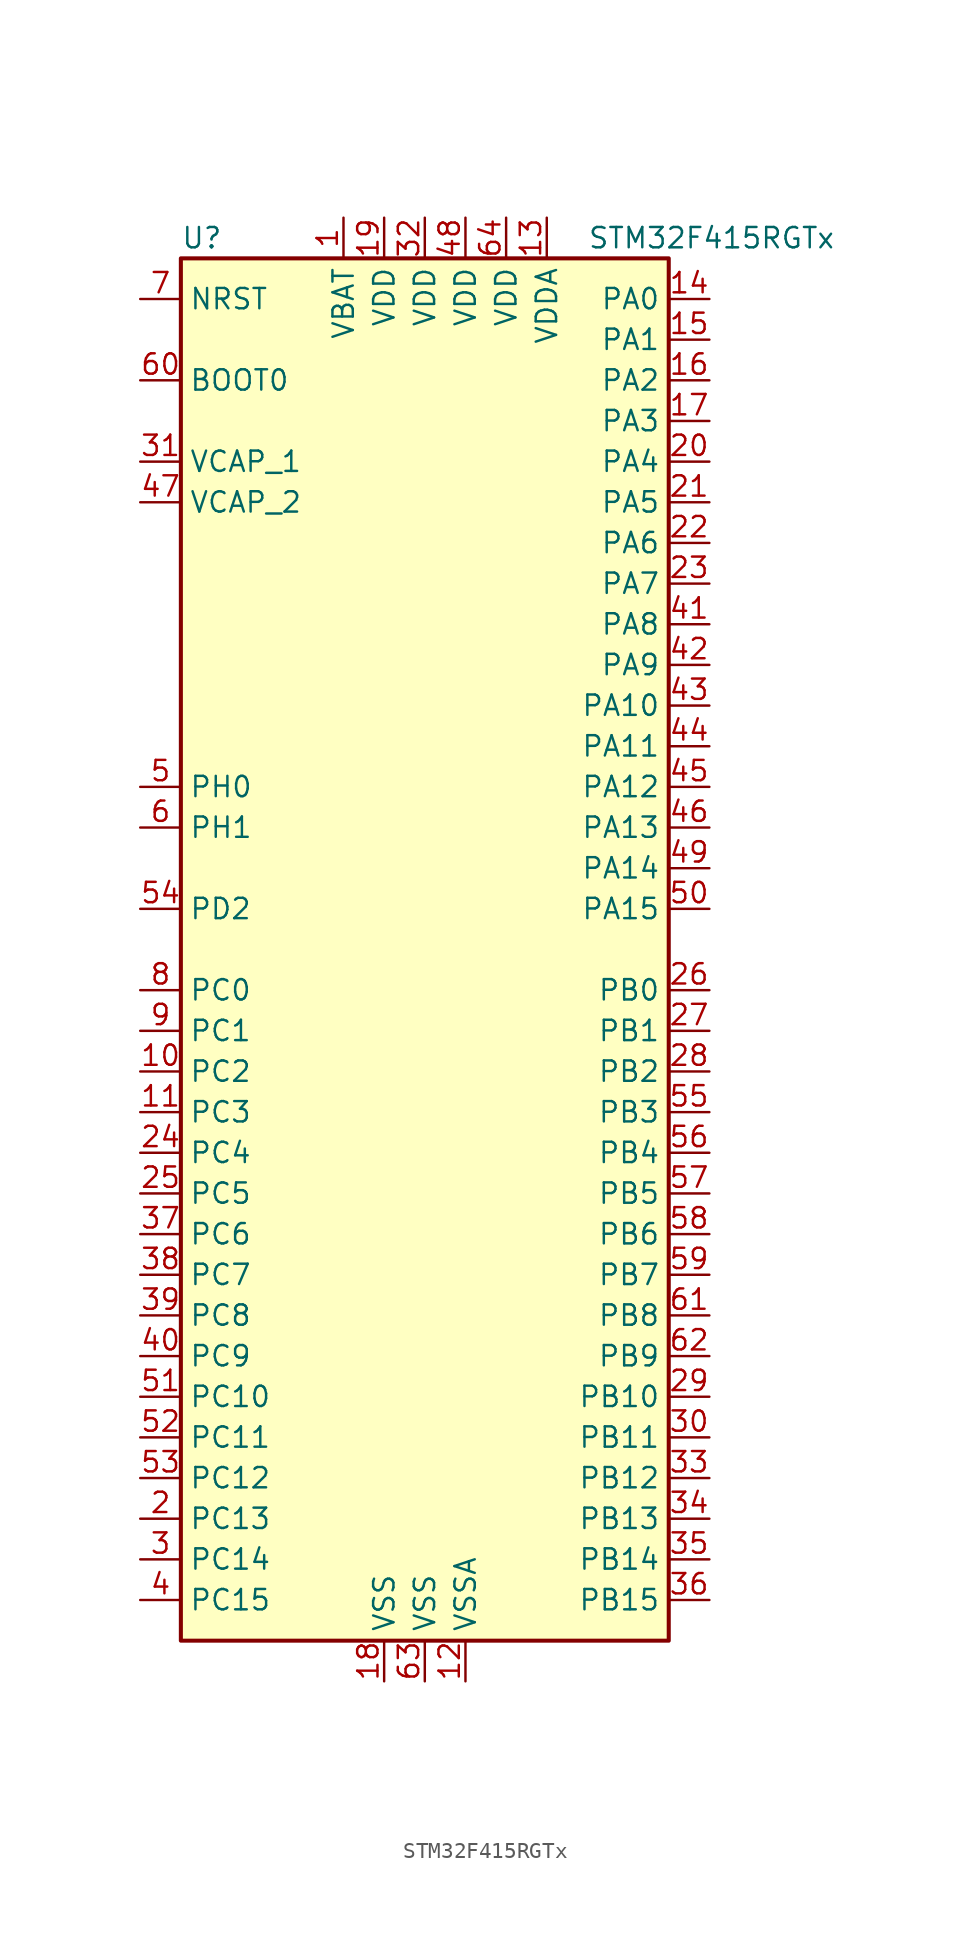
<source format=kicad_sym>
(kicad_symbol_lib
  (version 20201005)
  (generator kicad_symbol_editor)
  (symbol "STM32F415RGTx"
    (property "Reference" "U"
      (at -15.24 44.45 0)
      (effects (font (size 1.27 1.27)) (justify left)))
    (property "Value" "STM32F415RGTx"
      (at 10.16 44.45 0)
      (effects (font (size 1.27 1.27)) (justify left)))
    (symbol "STM32F415RGTx_0_1"
      (rectangle (start -15.24 -43.18) (end 15.24 43.18) (stroke (width 0.254)) (fill (type background))))
    (symbol "STM32F415RGTx_1_1"
      (pin input line (at -17.78 35.56 0) (length 2.54) (name "BOOT0" (effects (font (size 1.27 1.27)))) (number "60" (effects (font (size 1.27 1.27)))))
      (pin input line (at -17.78 40.64 0) (length 2.54) (name "NRST" (effects (font (size 1.27 1.27)))) (number "7" (effects (font (size 1.27 1.27)))))
      (pin bidirectional line (at 17.78 40.64 180) (length 2.54) (name "PA0" (effects (font (size 1.27 1.27)))) (number "14" (effects (font (size 1.27 1.27)))))
      (pin bidirectional line (at 17.78 38.1 180) (length 2.54) (name "PA1" (effects (font (size 1.27 1.27)))) (number "15" (effects (font (size 1.27 1.27)))))
      (pin bidirectional line (at 17.78 15.24 180) (length 2.54) (name "PA10" (effects (font (size 1.27 1.27)))) (number "43" (effects (font (size 1.27 1.27)))))
      (pin bidirectional line (at 17.78 12.7 180) (length 2.54) (name "PA11" (effects (font (size 1.27 1.27)))) (number "44" (effects (font (size 1.27 1.27)))))
      (pin bidirectional line (at 17.78 10.16 180) (length 2.54) (name "PA12" (effects (font (size 1.27 1.27)))) (number "45" (effects (font (size 1.27 1.27)))))
      (pin bidirectional line (at 17.78 7.62 180) (length 2.54) (name "PA13" (effects (font (size 1.27 1.27)))) (number "46" (effects (font (size 1.27 1.27)))))
      (pin bidirectional line (at 17.78 5.08 180) (length 2.54) (name "PA14" (effects (font (size 1.27 1.27)))) (number "49" (effects (font (size 1.27 1.27)))))
      (pin bidirectional line (at 17.78 2.54 180) (length 2.54) (name "PA15" (effects (font (size 1.27 1.27)))) (number "50" (effects (font (size 1.27 1.27)))))
      (pin bidirectional line (at 17.78 35.56 180) (length 2.54) (name "PA2" (effects (font (size 1.27 1.27)))) (number "16" (effects (font (size 1.27 1.27)))))
      (pin bidirectional line (at 17.78 33.02 180) (length 2.54) (name "PA3" (effects (font (size 1.27 1.27)))) (number "17" (effects (font (size 1.27 1.27)))))
      (pin bidirectional line (at 17.78 30.48 180) (length 2.54) (name "PA4" (effects (font (size 1.27 1.27)))) (number "20" (effects (font (size 1.27 1.27)))))
      (pin bidirectional line (at 17.78 27.94 180) (length 2.54) (name "PA5" (effects (font (size 1.27 1.27)))) (number "21" (effects (font (size 1.27 1.27)))))
      (pin bidirectional line (at 17.78 25.4 180) (length 2.54) (name "PA6" (effects (font (size 1.27 1.27)))) (number "22" (effects (font (size 1.27 1.27)))))
      (pin bidirectional line (at 17.78 22.86 180) (length 2.54) (name "PA7" (effects (font (size 1.27 1.27)))) (number "23" (effects (font (size 1.27 1.27)))))
      (pin bidirectional line (at 17.78 20.32 180) (length 2.54) (name "PA8" (effects (font (size 1.27 1.27)))) (number "41" (effects (font (size 1.27 1.27)))))
      (pin bidirectional line (at 17.78 17.78 180) (length 2.54) (name "PA9" (effects (font (size 1.27 1.27)))) (number "42" (effects (font (size 1.27 1.27)))))
      (pin bidirectional line (at 17.78 -2.54 180) (length 2.54) (name "PB0" (effects (font (size 1.27 1.27)))) (number "26" (effects (font (size 1.27 1.27)))))
      (pin bidirectional line (at 17.78 -5.08 180) (length 2.54) (name "PB1" (effects (font (size 1.27 1.27)))) (number "27" (effects (font (size 1.27 1.27)))))
      (pin bidirectional line (at 17.78 -27.94 180) (length 2.54) (name "PB10" (effects (font (size 1.27 1.27)))) (number "29" (effects (font (size 1.27 1.27)))))
      (pin bidirectional line (at 17.78 -30.48 180) (length 2.54) (name "PB11" (effects (font (size 1.27 1.27)))) (number "30" (effects (font (size 1.27 1.27)))))
      (pin bidirectional line (at 17.78 -33.02 180) (length 2.54) (name "PB12" (effects (font (size 1.27 1.27)))) (number "33" (effects (font (size 1.27 1.27)))))
      (pin bidirectional line (at 17.78 -35.56 180) (length 2.54) (name "PB13" (effects (font (size 1.27 1.27)))) (number "34" (effects (font (size 1.27 1.27)))))
      (pin bidirectional line (at 17.78 -38.1 180) (length 2.54) (name "PB14" (effects (font (size 1.27 1.27)))) (number "35" (effects (font (size 1.27 1.27)))))
      (pin bidirectional line (at 17.78 -40.64 180) (length 2.54) (name "PB15" (effects (font (size 1.27 1.27)))) (number "36" (effects (font (size 1.27 1.27)))))
      (pin bidirectional line (at 17.78 -7.62 180) (length 2.54) (name "PB2" (effects (font (size 1.27 1.27)))) (number "28" (effects (font (size 1.27 1.27)))))
      (pin bidirectional line (at 17.78 -10.16 180) (length 2.54) (name "PB3" (effects (font (size 1.27 1.27)))) (number "55" (effects (font (size 1.27 1.27)))))
      (pin bidirectional line (at 17.78 -12.7 180) (length 2.54) (name "PB4" (effects (font (size 1.27 1.27)))) (number "56" (effects (font (size 1.27 1.27)))))
      (pin bidirectional line (at 17.78 -15.24 180) (length 2.54) (name "PB5" (effects (font (size 1.27 1.27)))) (number "57" (effects (font (size 1.27 1.27)))))
      (pin bidirectional line (at 17.78 -17.78 180) (length 2.54) (name "PB6" (effects (font (size 1.27 1.27)))) (number "58" (effects (font (size 1.27 1.27)))))
      (pin bidirectional line (at 17.78 -20.32 180) (length 2.54) (name "PB7" (effects (font (size 1.27 1.27)))) (number "59" (effects (font (size 1.27 1.27)))))
      (pin bidirectional line (at 17.78 -22.86 180) (length 2.54) (name "PB8" (effects (font (size 1.27 1.27)))) (number "61" (effects (font (size 1.27 1.27)))))
      (pin bidirectional line (at 17.78 -25.4 180) (length 2.54) (name "PB9" (effects (font (size 1.27 1.27)))) (number "62" (effects (font (size 1.27 1.27)))))
      (pin bidirectional line (at -17.78 -2.54 0) (length 2.54) (name "PC0" (effects (font (size 1.27 1.27)))) (number "8" (effects (font (size 1.27 1.27)))))
      (pin bidirectional line (at -17.78 -5.08 0) (length 2.54) (name "PC1" (effects (font (size 1.27 1.27)))) (number "9" (effects (font (size 1.27 1.27)))))
      (pin bidirectional line (at -17.78 -27.94 0) (length 2.54) (name "PC10" (effects (font (size 1.27 1.27)))) (number "51" (effects (font (size 1.27 1.27)))))
      (pin bidirectional line (at -17.78 -30.48 0) (length 2.54) (name "PC11" (effects (font (size 1.27 1.27)))) (number "52" (effects (font (size 1.27 1.27)))))
      (pin bidirectional line (at -17.78 -33.02 0) (length 2.54) (name "PC12" (effects (font (size 1.27 1.27)))) (number "53" (effects (font (size 1.27 1.27)))))
      (pin bidirectional line (at -17.78 -35.56 0) (length 2.54) (name "PC13" (effects (font (size 1.27 1.27)))) (number "2" (effects (font (size 1.27 1.27)))))
      (pin bidirectional line (at -17.78 -38.1 0) (length 2.54) (name "PC14" (effects (font (size 1.27 1.27)))) (number "3" (effects (font (size 1.27 1.27)))))
      (pin bidirectional line (at -17.78 -40.64 0) (length 2.54) (name "PC15" (effects (font (size 1.27 1.27)))) (number "4" (effects (font (size 1.27 1.27)))))
      (pin bidirectional line (at -17.78 -7.62 0) (length 2.54) (name "PC2" (effects (font (size 1.27 1.27)))) (number "10" (effects (font (size 1.27 1.27)))))
      (pin bidirectional line (at -17.78 -10.16 0) (length 2.54) (name "PC3" (effects (font (size 1.27 1.27)))) (number "11" (effects (font (size 1.27 1.27)))))
      (pin bidirectional line (at -17.78 -12.7 0) (length 2.54) (name "PC4" (effects (font (size 1.27 1.27)))) (number "24" (effects (font (size 1.27 1.27)))))
      (pin bidirectional line (at -17.78 -15.24 0) (length 2.54) (name "PC5" (effects (font (size 1.27 1.27)))) (number "25" (effects (font (size 1.27 1.27)))))
      (pin bidirectional line (at -17.78 -17.78 0) (length 2.54) (name "PC6" (effects (font (size 1.27 1.27)))) (number "37" (effects (font (size 1.27 1.27)))))
      (pin bidirectional line (at -17.78 -20.32 0) (length 2.54) (name "PC7" (effects (font (size 1.27 1.27)))) (number "38" (effects (font (size 1.27 1.27)))))
      (pin bidirectional line (at -17.78 -22.86 0) (length 2.54) (name "PC8" (effects (font (size 1.27 1.27)))) (number "39" (effects (font (size 1.27 1.27)))))
      (pin bidirectional line (at -17.78 -25.4 0) (length 2.54) (name "PC9" (effects (font (size 1.27 1.27)))) (number "40" (effects (font (size 1.27 1.27)))))
      (pin bidirectional line (at -17.78 2.54 0) (length 2.54) (name "PD2" (effects (font (size 1.27 1.27)))) (number "54" (effects (font (size 1.27 1.27)))))
      (pin input line (at -17.78 10.16 0) (length 2.54) (name "PH0" (effects (font (size 1.27 1.27)))) (number "5" (effects (font (size 1.27 1.27)))))
      (pin input line (at -17.78 7.62 0) (length 2.54) (name "PH1" (effects (font (size 1.27 1.27)))) (number "6" (effects (font (size 1.27 1.27)))))
      (pin power_in line (at -5.08 45.72 270) (length 2.54) (name "VBAT" (effects (font (size 1.27 1.27)))) (number "1" (effects (font (size 1.27 1.27)))))
      (pin power_in line (at -17.78 30.48 0) (length 2.54) (name "VCAP_1" (effects (font (size 1.27 1.27)))) (number "31" (effects (font (size 1.27 1.27)))))
      (pin power_in line (at -17.78 27.94 0) (length 2.54) (name "VCAP_2" (effects (font (size 1.27 1.27)))) (number "47" (effects (font (size 1.27 1.27)))))
      (pin power_in line (at -2.54 45.72 270) (length 2.54) (name "VDD" (effects (font (size 1.27 1.27)))) (number "19" (effects (font (size 1.27 1.27)))))
      (pin power_in line (at 0 45.72 270) (length 2.54) (name "VDD" (effects (font (size 1.27 1.27)))) (number "32" (effects (font (size 1.27 1.27)))))
      (pin power_in line (at 2.54 45.72 270) (length 2.54) (name "VDD" (effects (font (size 1.27 1.27)))) (number "48" (effects (font (size 1.27 1.27)))))
      (pin power_in line (at 5.08 45.72 270) (length 2.54) (name "VDD" (effects (font (size 1.27 1.27)))) (number "64" (effects (font (size 1.27 1.27)))))
      (pin power_in line (at 7.62 45.72 270) (length 2.54) (name "VDDA" (effects (font (size 1.27 1.27)))) (number "13" (effects (font (size 1.27 1.27)))))
      (pin power_in line (at -2.54 -45.72 90) (length 2.54) (name "VSS" (effects (font (size 1.27 1.27)))) (number "18" (effects (font (size 1.27 1.27)))))
      (pin power_in line (at 0 -45.72 90) (length 2.54) (name "VSS" (effects (font (size 1.27 1.27)))) (number "63" (effects (font (size 1.27 1.27)))))
      (pin power_in line (at 2.54 -45.72 90) (length 2.54) (name "VSSA" (effects (font (size 1.27 1.27)))) (number "12" (effects (font (size 1.27 1.27))))))))
</source>
